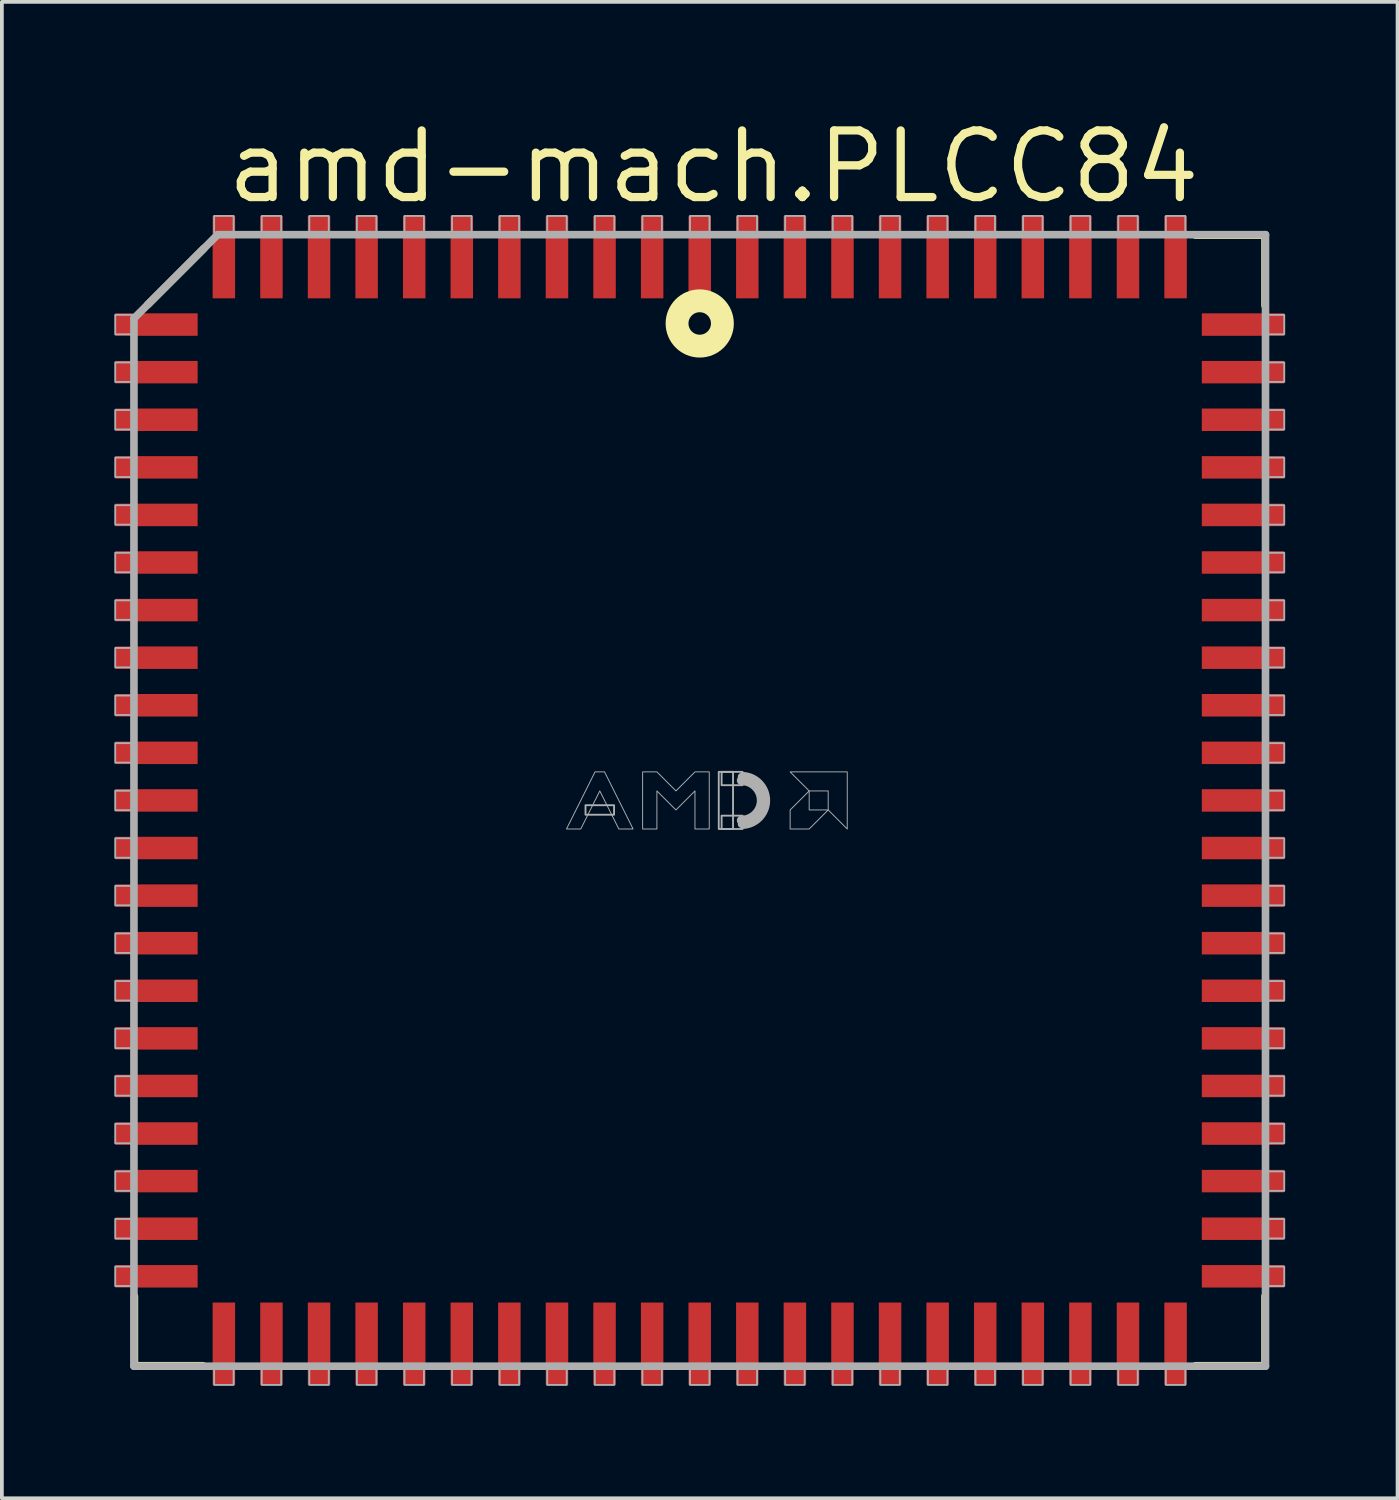
<source format=kicad_pcb>
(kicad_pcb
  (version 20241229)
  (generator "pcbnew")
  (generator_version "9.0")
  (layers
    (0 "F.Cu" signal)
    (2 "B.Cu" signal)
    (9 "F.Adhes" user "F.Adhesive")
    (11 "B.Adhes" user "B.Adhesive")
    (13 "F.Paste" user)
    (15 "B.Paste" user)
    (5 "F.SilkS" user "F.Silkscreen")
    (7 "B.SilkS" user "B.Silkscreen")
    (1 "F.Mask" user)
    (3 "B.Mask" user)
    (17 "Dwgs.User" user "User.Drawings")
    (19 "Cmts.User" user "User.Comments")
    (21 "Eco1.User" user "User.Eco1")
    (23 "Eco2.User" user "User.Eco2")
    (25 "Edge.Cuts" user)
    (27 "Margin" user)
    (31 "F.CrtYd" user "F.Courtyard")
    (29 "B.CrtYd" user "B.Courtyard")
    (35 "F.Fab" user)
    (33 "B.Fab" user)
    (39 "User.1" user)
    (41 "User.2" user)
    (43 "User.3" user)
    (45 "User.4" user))
  (footprint "amd-mach.PLCC84"
    (layer "F.Cu")
    (at 15.625 18.313)
    (property "Reference" "amd-mach.PLCC84" (at -12.73 -15.875 0) (layer "F.SilkS") (effects (font (size 1.778 1.778) (thickness 0.22)) (justify left bottom)))
    (attr smd)
    (fp_line (start -15.088 13.233) (end -15.088 15.088) (stroke (width 0.203) (type default)) (layer "F.SilkS"))
    (fp_line (start -15.088 15.088) (end -13.259 15.088) (stroke (width 0.203) (type default)) (layer "F.SilkS"))
    (fp_line (start -14.732 -13.233) (end -13.233 -14.732) (stroke (width 0.203) (type default)) (layer "F.SilkS"))
    (fp_line (start 15.088 -15.088) (end 13.233 -15.088) (stroke (width 0.203) (type default)) (layer "F.SilkS"))
    (fp_line (start 15.088 -13.208) (end 15.088 -15.088) (stroke (width 0.203) (type default)) (layer "F.SilkS"))
    (fp_line (start 15.088 13.233) (end 15.088 15.088) (stroke (width 0.203) (type default)) (layer "F.SilkS"))
    (fp_line (start 15.088 15.088) (end 13.233 15.088) (stroke (width 0.203) (type default)) (layer "F.SilkS"))
    (fp_circle (center 0 -12.73) (end 0.3 -12.73) (stroke (width 0.61) (type default)) (fill no) (layer "F.SilkS"))
    (fp_line (start -15.1 -12.865) (end -15.1 15.1) (stroke (width 0.203) (type default)) (layer "F.Fab"))
    (fp_line (start -15.1 15.1) (end 15.1 15.1) (stroke (width 0.203) (type default)) (layer "F.Fab"))
    (fp_line (start -12.865 -15.1) (end -15.1 -12.865) (stroke (width 0.203) (type default)) (layer "F.Fab"))
    (fp_line (start 15.1 -15.1) (end -12.865 -15.1) (stroke (width 0.203) (type default)) (layer "F.Fab"))
    (fp_line (start 15.1 15.1) (end 15.1 -15.1) (stroke (width 0.203) (type default)) (layer "F.Fab"))
    (fp_rect (start -15.6 -12.44) (end -15.15 -12.96) (stroke (width 0.05) (type default)) (fill no) (layer "F.Fab"))
    (fp_rect (start -15.6 -11.17) (end -15.15 -11.69) (stroke (width 0.05) (type default)) (fill no) (layer "F.Fab"))
    (fp_rect (start -15.6 -9.9) (end -15.15 -10.42) (stroke (width 0.05) (type default)) (fill no) (layer "F.Fab"))
    (fp_rect (start -15.6 -8.63) (end -15.15 -9.15) (stroke (width 0.05) (type default)) (fill no) (layer "F.Fab"))
    (fp_rect (start -15.6 -7.36) (end -15.15 -7.88) (stroke (width 0.05) (type default)) (fill no) (layer "F.Fab"))
    (fp_rect (start -15.6 -6.09) (end -15.15 -6.61) (stroke (width 0.05) (type default)) (fill no) (layer "F.Fab"))
    (fp_rect (start -15.6 -4.82) (end -15.15 -5.34) (stroke (width 0.05) (type default)) (fill no) (layer "F.Fab"))
    (fp_rect (start -15.6 -3.55) (end -15.15 -4.07) (stroke (width 0.05) (type default)) (fill no) (layer "F.Fab"))
    (fp_rect (start -15.6 -2.28) (end -15.15 -2.8) (stroke (width 0.05) (type default)) (fill no) (layer "F.Fab"))
    (fp_rect (start -15.6 -1.01) (end -15.15 -1.53) (stroke (width 0.05) (type default)) (fill no) (layer "F.Fab"))
    (fp_rect (start -15.6 0.26) (end -15.15 -0.26) (stroke (width 0.05) (type default)) (fill no) (layer "F.Fab"))
    (fp_rect (start -15.6 1.53) (end -15.15 1.01) (stroke (width 0.05) (type default)) (fill no) (layer "F.Fab"))
    (fp_rect (start -15.6 2.8) (end -15.15 2.28) (stroke (width 0.05) (type default)) (fill no) (layer "F.Fab"))
    (fp_rect (start -15.6 4.07) (end -15.15 3.55) (stroke (width 0.05) (type default)) (fill no) (layer "F.Fab"))
    (fp_rect (start -15.6 5.34) (end -15.15 4.82) (stroke (width 0.05) (type default)) (fill no) (layer "F.Fab"))
    (fp_rect (start -15.6 6.61) (end -15.15 6.09) (stroke (width 0.05) (type default)) (fill no) (layer "F.Fab"))
    (fp_rect (start -15.6 7.88) (end -15.15 7.36) (stroke (width 0.05) (type default)) (fill no) (layer "F.Fab"))
    (fp_rect (start -15.6 9.15) (end -15.15 8.63) (stroke (width 0.05) (type default)) (fill no) (layer "F.Fab"))
    (fp_rect (start -15.6 10.42) (end -15.15 9.9) (stroke (width 0.05) (type default)) (fill no) (layer "F.Fab"))
    (fp_rect (start -15.6 11.69) (end -15.15 11.17) (stroke (width 0.05) (type default)) (fill no) (layer "F.Fab"))
    (fp_rect (start -15.6 12.96) (end -15.15 12.44) (stroke (width 0.05) (type default)) (fill no) (layer "F.Fab"))
    (fp_rect (start -12.96 -15.15) (end -12.44 -15.6) (stroke (width 0.05) (type default)) (fill no) (layer "F.Fab"))
    (fp_rect (start -12.96 15.6) (end -12.44 15.15) (stroke (width 0.05) (type default)) (fill no) (layer "F.Fab"))
    (fp_rect (start -11.69 -15.15) (end -11.17 -15.6) (stroke (width 0.05) (type default)) (fill no) (layer "F.Fab"))
    (fp_rect (start -11.69 15.6) (end -11.17 15.15) (stroke (width 0.05) (type default)) (fill no) (layer "F.Fab"))
    (fp_rect (start -10.42 -15.15) (end -9.9 -15.6) (stroke (width 0.05) (type default)) (fill no) (layer "F.Fab"))
    (fp_rect (start -10.42 15.6) (end -9.9 15.15) (stroke (width 0.05) (type default)) (fill no) (layer "F.Fab"))
    (fp_rect (start -9.15 -15.15) (end -8.63 -15.6) (stroke (width 0.05) (type default)) (fill no) (layer "F.Fab"))
    (fp_rect (start -9.15 15.6) (end -8.63 15.15) (stroke (width 0.05) (type default)) (fill no) (layer "F.Fab"))
    (fp_rect (start -7.88 -15.15) (end -7.36 -15.6) (stroke (width 0.05) (type default)) (fill no) (layer "F.Fab"))
    (fp_rect (start -7.88 15.6) (end -7.36 15.15) (stroke (width 0.05) (type default)) (fill no) (layer "F.Fab"))
    (fp_rect (start -6.61 -15.15) (end -6.09 -15.6) (stroke (width 0.05) (type default)) (fill no) (layer "F.Fab"))
    (fp_rect (start -6.61 15.6) (end -6.09 15.15) (stroke (width 0.05) (type default)) (fill no) (layer "F.Fab"))
    (fp_rect (start -5.34 -15.15) (end -4.82 -15.6) (stroke (width 0.05) (type default)) (fill no) (layer "F.Fab"))
    (fp_rect (start -5.34 15.6) (end -4.82 15.15) (stroke (width 0.05) (type default)) (fill no) (layer "F.Fab"))
    (fp_rect (start -4.07 -15.15) (end -3.55 -15.6) (stroke (width 0.05) (type default)) (fill no) (layer "F.Fab"))
    (fp_rect (start -4.07 15.6) (end -3.55 15.15) (stroke (width 0.05) (type default)) (fill no) (layer "F.Fab"))
    (fp_rect (start -3.048 0.381) (end -2.286 0.127) (stroke (width 0.05) (type default)) (fill no) (layer "F.Fab"))
    (fp_rect (start -2.8 -15.15) (end -2.28 -15.6) (stroke (width 0.05) (type default)) (fill no) (layer "F.Fab"))
    (fp_rect (start -2.8 15.6) (end -2.28 15.15) (stroke (width 0.05) (type default)) (fill no) (layer "F.Fab"))
    (fp_rect (start -1.53 -15.15) (end -1.01 -15.6) (stroke (width 0.05) (type default)) (fill no) (layer "F.Fab"))
    (fp_rect (start -1.53 15.6) (end -1.01 15.15) (stroke (width 0.05) (type default)) (fill no) (layer "F.Fab"))
    (fp_rect (start -0.26 -15.15) (end 0.26 -15.6) (stroke (width 0.05) (type default)) (fill no) (layer "F.Fab"))
    (fp_rect (start -0.26 15.6) (end 0.26 15.15) (stroke (width 0.05) (type default)) (fill no) (layer "F.Fab"))
    (fp_rect (start 0.508 0.762) (end 0.889 -0.762) (stroke (width 0.05) (type default)) (fill no) (layer "F.Fab"))
    (fp_rect (start 0.584 -0.406) (end 1.143 -0.762) (stroke (width 0.05) (type default)) (fill no) (layer "F.Fab"))
    (fp_rect (start 0.584 0.762) (end 1.143 0.406) (stroke (width 0.05) (type default)) (fill no) (layer "F.Fab"))
    (fp_rect (start 1.01 -15.15) (end 1.53 -15.6) (stroke (width 0.05) (type default)) (fill no) (layer "F.Fab"))
    (fp_rect (start 1.01 15.6) (end 1.53 15.15) (stroke (width 0.05) (type default)) (fill no) (layer "F.Fab"))
    (fp_rect (start 2.28 -15.15) (end 2.8 -15.6) (stroke (width 0.05) (type default)) (fill no) (layer "F.Fab"))
    (fp_rect (start 2.28 15.6) (end 2.8 15.15) (stroke (width 0.05) (type default)) (fill no) (layer "F.Fab"))
    (fp_rect (start 3.55 -15.15) (end 4.07 -15.6) (stroke (width 0.05) (type default)) (fill no) (layer "F.Fab"))
    (fp_rect (start 3.55 15.6) (end 4.07 15.15) (stroke (width 0.05) (type default)) (fill no) (layer "F.Fab"))
    (fp_rect (start 4.82 -15.15) (end 5.34 -15.6) (stroke (width 0.05) (type default)) (fill no) (layer "F.Fab"))
    (fp_rect (start 4.82 15.6) (end 5.34 15.15) (stroke (width 0.05) (type default)) (fill no) (layer "F.Fab"))
    (fp_rect (start 6.09 -15.15) (end 6.61 -15.6) (stroke (width 0.05) (type default)) (fill no) (layer "F.Fab"))
    (fp_rect (start 6.09 15.6) (end 6.61 15.15) (stroke (width 0.05) (type default)) (fill no) (layer "F.Fab"))
    (fp_rect (start 7.36 -15.15) (end 7.88 -15.6) (stroke (width 0.05) (type default)) (fill no) (layer "F.Fab"))
    (fp_rect (start 7.36 15.6) (end 7.88 15.15) (stroke (width 0.05) (type default)) (fill no) (layer "F.Fab"))
    (fp_rect (start 8.63 -15.15) (end 9.15 -15.6) (stroke (width 0.05) (type default)) (fill no) (layer "F.Fab"))
    (fp_rect (start 8.63 15.6) (end 9.15 15.15) (stroke (width 0.05) (type default)) (fill no) (layer "F.Fab"))
    (fp_rect (start 9.9 -15.15) (end 10.42 -15.6) (stroke (width 0.05) (type default)) (fill no) (layer "F.Fab"))
    (fp_rect (start 9.9 15.6) (end 10.42 15.15) (stroke (width 0.05) (type default)) (fill no) (layer "F.Fab"))
    (fp_rect (start 11.17 -15.15) (end 11.69 -15.6) (stroke (width 0.05) (type default)) (fill no) (layer "F.Fab"))
    (fp_rect (start 11.17 15.6) (end 11.69 15.15) (stroke (width 0.05) (type default)) (fill no) (layer "F.Fab"))
    (fp_rect (start 12.44 -15.15) (end 12.96 -15.6) (stroke (width 0.05) (type default)) (fill no) (layer "F.Fab"))
    (fp_rect (start 12.44 15.6) (end 12.96 15.15) (stroke (width 0.05) (type default)) (fill no) (layer "F.Fab"))
    (fp_rect (start 15.15 -12.44) (end 15.6 -12.96) (stroke (width 0.05) (type default)) (fill no) (layer "F.Fab"))
    (fp_rect (start 15.15 -11.17) (end 15.6 -11.69) (stroke (width 0.05) (type default)) (fill no) (layer "F.Fab"))
    (fp_rect (start 15.15 -9.9) (end 15.6 -10.42) (stroke (width 0.05) (type default)) (fill no) (layer "F.Fab"))
    (fp_rect (start 15.15 -8.63) (end 15.6 -9.15) (stroke (width 0.05) (type default)) (fill no) (layer "F.Fab"))
    (fp_rect (start 15.15 -7.36) (end 15.6 -7.88) (stroke (width 0.05) (type default)) (fill no) (layer "F.Fab"))
    (fp_rect (start 15.15 -6.09) (end 15.6 -6.61) (stroke (width 0.05) (type default)) (fill no) (layer "F.Fab"))
    (fp_rect (start 15.15 -4.82) (end 15.6 -5.34) (stroke (width 0.05) (type default)) (fill no) (layer "F.Fab"))
    (fp_rect (start 15.15 -3.55) (end 15.6 -4.07) (stroke (width 0.05) (type default)) (fill no) (layer "F.Fab"))
    (fp_rect (start 15.15 -2.28) (end 15.6 -2.8) (stroke (width 0.05) (type default)) (fill no) (layer "F.Fab"))
    (fp_rect (start 15.15 -1.01) (end 15.6 -1.53) (stroke (width 0.05) (type default)) (fill no) (layer "F.Fab"))
    (fp_rect (start 15.15 0.26) (end 15.6 -0.26) (stroke (width 0.05) (type default)) (fill no) (layer "F.Fab"))
    (fp_rect (start 15.15 1.53) (end 15.6 1.01) (stroke (width 0.05) (type default)) (fill no) (layer "F.Fab"))
    (fp_rect (start 15.15 2.8) (end 15.6 2.28) (stroke (width 0.05) (type default)) (fill no) (layer "F.Fab"))
    (fp_rect (start 15.15 4.07) (end 15.6 3.55) (stroke (width 0.05) (type default)) (fill no) (layer "F.Fab"))
    (fp_rect (start 15.15 5.34) (end 15.6 4.82) (stroke (width 0.05) (type default)) (fill no) (layer "F.Fab"))
    (fp_rect (start 15.15 6.61) (end 15.6 6.09) (stroke (width 0.05) (type default)) (fill no) (layer "F.Fab"))
    (fp_rect (start 15.15 7.88) (end 15.6 7.36) (stroke (width 0.05) (type default)) (fill no) (layer "F.Fab"))
    (fp_rect (start 15.15 9.15) (end 15.6 8.63) (stroke (width 0.05) (type default)) (fill no) (layer "F.Fab"))
    (fp_rect (start 15.15 10.42) (end 15.6 9.9) (stroke (width 0.05) (type default)) (fill no) (layer "F.Fab"))
    (fp_rect (start 15.15 11.69) (end 15.6 11.17) (stroke (width 0.05) (type default)) (fill no) (layer "F.Fab"))
    (fp_rect (start 15.15 12.96) (end 15.6 12.44) (stroke (width 0.05) (type default)) (fill no) (layer "F.Fab"))
    (fp_arc (start 1.1176 -0.7366) (mid 1.8542 0) (end 1.1176 0.7366) (stroke (width 0.0508) (type default)) (layer "F.Fab"))
    (fp_arc (start 1.1176 -0.635) (mid 1.7526 0) (end 1.1176 0.635) (stroke (width 0.2032) (type default)) (layer "F.Fab"))
    (fp_arc (start 1.1176 -0.5334) (mid 1.651 0) (end 1.1176 0.5334) (stroke (width 0.254) (type default)) (layer "F.Fab"))
    (fp_poly (pts (xy 2.413 -0.762) (xy 3.937 -0.762) (xy 3.937 0.762) (xy 3.429 0.254) (xy 3.429 -0.254) (xy 2.921 -0.254)) (stroke (width 0.025) (type default)) (fill no) (layer "F.Fab"))
    (fp_poly (pts (xy 2.921 -0.254) (xy 2.413 0.254) (xy 2.413 0.762) (xy 2.921 0.762) (xy 3.429 0.254) (xy 2.921 0.254)) (stroke (width 0.025) (type default)) (fill no) (layer "F.Fab"))
    (fp_poly (pts (xy -3.556 0.762) (xy -2.794 -0.762) (xy -2.54 -0.762) (xy -1.778 0.762) (xy -2.159 0.762) (xy -2.667 -0.254) (xy -3.175 0.762)) (stroke (width 0.025) (type default)) (fill no) (layer "F.Fab"))
    (fp_poly (pts (xy -1.524 0.762) (xy -1.524 -0.762) (xy -1.143 -0.762) (xy -0.635 -0.254) (xy -0.127 -0.762) (xy 0.254 -0.762) (xy 0.254 0.762) (xy -0.127 0.762) (xy -0.127 -0.254) (xy -0.635 0.254) (xy -1.143 -0.254) (xy -1.143 0.762)) (stroke (width 0.025) (type default)) (fill no) (layer "F.Fab"))
    (pad "1" smd roundrect (at 0 -14.5) (size 0.6 2.2) (layers "F.Cu" "F.Mask" "F.Paste") (roundrect_rratio 0.01))
    (pad "2" smd roundrect (at -1.27 -14.5) (size 0.6 2.2) (layers "F.Cu" "F.Mask" "F.Paste") (roundrect_rratio 0.01))
    (pad "3" smd roundrect (at -2.54 -14.5) (size 0.6 2.2) (layers "F.Cu" "F.Mask" "F.Paste") (roundrect_rratio 0.01))
    (pad "4" smd roundrect (at -3.81 -14.5) (size 0.6 2.2) (layers "F.Cu" "F.Mask" "F.Paste") (roundrect_rratio 0.01))
    (pad "5" smd roundrect (at -5.08 -14.5) (size 0.6 2.2) (layers "F.Cu" "F.Mask" "F.Paste") (roundrect_rratio 0.01))
    (pad "6" smd roundrect (at -6.35 -14.5) (size 0.6 2.2) (layers "F.Cu" "F.Mask" "F.Paste") (roundrect_rratio 0.01))
    (pad "7" smd roundrect (at -7.62 -14.5) (size 0.6 2.2) (layers "F.Cu" "F.Mask" "F.Paste") (roundrect_rratio 0.01))
    (pad "8" smd roundrect (at -8.89 -14.5) (size 0.6 2.2) (layers "F.Cu" "F.Mask" "F.Paste") (roundrect_rratio 0.01))
    (pad "9" smd roundrect (at -10.16 -14.5) (size 0.6 2.2) (layers "F.Cu" "F.Mask" "F.Paste") (roundrect_rratio 0.01))
    (pad "10" smd roundrect (at -11.43 -14.5) (size 0.6 2.2) (layers "F.Cu" "F.Mask" "F.Paste") (roundrect_rratio 0.01))
    (pad "11" smd roundrect (at -12.7 -14.5) (size 0.6 2.2) (layers "F.Cu" "F.Mask" "F.Paste") (roundrect_rratio 0.01))
    (pad "12" smd roundrect (at -14.5 -12.7) (size 2.2 0.6) (layers "F.Cu" "F.Mask" "F.Paste") (roundrect_rratio 0.01))
    (pad "13" smd roundrect (at -14.5 -11.43) (size 2.2 0.6) (layers "F.Cu" "F.Mask" "F.Paste") (roundrect_rratio 0.01))
    (pad "14" smd roundrect (at -14.5 -10.16) (size 2.2 0.6) (layers "F.Cu" "F.Mask" "F.Paste") (roundrect_rratio 0.01))
    (pad "15" smd roundrect (at -14.5 -8.89) (size 2.2 0.6) (layers "F.Cu" "F.Mask" "F.Paste") (roundrect_rratio 0.01))
    (pad "16" smd roundrect (at -14.5 -7.62) (size 2.2 0.6) (layers "F.Cu" "F.Mask" "F.Paste") (roundrect_rratio 0.01))
    (pad "17" smd roundrect (at -14.5 -6.35) (size 2.2 0.6) (layers "F.Cu" "F.Mask" "F.Paste") (roundrect_rratio 0.01))
    (pad "18" smd roundrect (at -14.5 -5.08) (size 2.2 0.6) (layers "F.Cu" "F.Mask" "F.Paste") (roundrect_rratio 0.01))
    (pad "19" smd roundrect (at -14.5 -3.81) (size 2.2 0.6) (layers "F.Cu" "F.Mask" "F.Paste") (roundrect_rratio 0.01))
    (pad "20" smd roundrect (at -14.5 -2.54) (size 2.2 0.6) (layers "F.Cu" "F.Mask" "F.Paste") (roundrect_rratio 0.01))
    (pad "21" smd roundrect (at -14.5 -1.27) (size 2.2 0.6) (layers "F.Cu" "F.Mask" "F.Paste") (roundrect_rratio 0.01))
    (pad "22" smd roundrect (at -14.5 0) (size 2.2 0.6) (layers "F.Cu" "F.Mask" "F.Paste") (roundrect_rratio 0.01))
    (pad "23" smd roundrect (at -14.5 1.27) (size 2.2 0.6) (layers "F.Cu" "F.Mask" "F.Paste") (roundrect_rratio 0.01))
    (pad "24" smd roundrect (at -14.5 2.54) (size 2.2 0.6) (layers "F.Cu" "F.Mask" "F.Paste") (roundrect_rratio 0.01))
    (pad "25" smd roundrect (at -14.5 3.81) (size 2.2 0.6) (layers "F.Cu" "F.Mask" "F.Paste") (roundrect_rratio 0.01))
    (pad "26" smd roundrect (at -14.5 5.08) (size 2.2 0.6) (layers "F.Cu" "F.Mask" "F.Paste") (roundrect_rratio 0.01))
    (pad "27" smd roundrect (at -14.5 6.35) (size 2.2 0.6) (layers "F.Cu" "F.Mask" "F.Paste") (roundrect_rratio 0.01))
    (pad "28" smd roundrect (at -14.5 7.62) (size 2.2 0.6) (layers "F.Cu" "F.Mask" "F.Paste") (roundrect_rratio 0.01))
    (pad "29" smd roundrect (at -14.5 8.89) (size 2.2 0.6) (layers "F.Cu" "F.Mask" "F.Paste") (roundrect_rratio 0.01))
    (pad "30" smd roundrect (at -14.5 10.16) (size 2.2 0.6) (layers "F.Cu" "F.Mask" "F.Paste") (roundrect_rratio 0.01))
    (pad "31" smd roundrect (at -14.5 11.43) (size 2.2 0.6) (layers "F.Cu" "F.Mask" "F.Paste") (roundrect_rratio 0.01))
    (pad "32" smd roundrect (at -14.5 12.7) (size 2.2 0.6) (layers "F.Cu" "F.Mask" "F.Paste") (roundrect_rratio 0.01))
    (pad "33" smd roundrect (at -12.7 14.5) (size 0.6 2.2) (layers "F.Cu" "F.Mask" "F.Paste") (roundrect_rratio 0.01))
    (pad "34" smd roundrect (at -11.43 14.5) (size 0.6 2.2) (layers "F.Cu" "F.Mask" "F.Paste") (roundrect_rratio 0.01))
    (pad "35" smd roundrect (at -10.16 14.5) (size 0.6 2.2) (layers "F.Cu" "F.Mask" "F.Paste") (roundrect_rratio 0.01))
    (pad "36" smd roundrect (at -8.89 14.5) (size 0.6 2.2) (layers "F.Cu" "F.Mask" "F.Paste") (roundrect_rratio 0.01))
    (pad "37" smd roundrect (at -7.62 14.5) (size 0.6 2.2) (layers "F.Cu" "F.Mask" "F.Paste") (roundrect_rratio 0.01))
    (pad "38" smd roundrect (at -6.35 14.5) (size 0.6 2.2) (layers "F.Cu" "F.Mask" "F.Paste") (roundrect_rratio 0.01))
    (pad "39" smd roundrect (at -5.08 14.5) (size 0.6 2.2) (layers "F.Cu" "F.Mask" "F.Paste") (roundrect_rratio 0.01))
    (pad "40" smd roundrect (at -3.81 14.5) (size 0.6 2.2) (layers "F.Cu" "F.Mask" "F.Paste") (roundrect_rratio 0.01))
    (pad "41" smd roundrect (at -2.54 14.5) (size 0.6 2.2) (layers "F.Cu" "F.Mask" "F.Paste") (roundrect_rratio 0.01))
    (pad "42" smd roundrect (at -1.27 14.5) (size 0.6 2.2) (layers "F.Cu" "F.Mask" "F.Paste") (roundrect_rratio 0.01))
    (pad "43" smd roundrect (at 0 14.5) (size 0.6 2.2) (layers "F.Cu" "F.Mask" "F.Paste") (roundrect_rratio 0.01))
    (pad "44" smd roundrect (at 1.27 14.5) (size 0.6 2.2) (layers "F.Cu" "F.Mask" "F.Paste") (roundrect_rratio 0.01))
    (pad "45" smd roundrect (at 2.54 14.5) (size 0.6 2.2) (layers "F.Cu" "F.Mask" "F.Paste") (roundrect_rratio 0.01))
    (pad "46" smd roundrect (at 3.81 14.5) (size 0.6 2.2) (layers "F.Cu" "F.Mask" "F.Paste") (roundrect_rratio 0.01))
    (pad "47" smd roundrect (at 5.08 14.5) (size 0.6 2.2) (layers "F.Cu" "F.Mask" "F.Paste") (roundrect_rratio 0.01))
    (pad "48" smd roundrect (at 6.35 14.5) (size 0.6 2.2) (layers "F.Cu" "F.Mask" "F.Paste") (roundrect_rratio 0.01))
    (pad "49" smd roundrect (at 7.62 14.5) (size 0.6 2.2) (layers "F.Cu" "F.Mask" "F.Paste") (roundrect_rratio 0.01))
    (pad "50" smd roundrect (at 8.89 14.5) (size 0.6 2.2) (layers "F.Cu" "F.Mask" "F.Paste") (roundrect_rratio 0.01))
    (pad "51" smd roundrect (at 10.16 14.5) (size 0.6 2.2) (layers "F.Cu" "F.Mask" "F.Paste") (roundrect_rratio 0.01))
    (pad "52" smd roundrect (at 11.43 14.5) (size 0.6 2.2) (layers "F.Cu" "F.Mask" "F.Paste") (roundrect_rratio 0.01))
    (pad "53" smd roundrect (at 12.7 14.5) (size 0.6 2.2) (layers "F.Cu" "F.Mask" "F.Paste") (roundrect_rratio 0.01))
    (pad "54" smd roundrect (at 14.5 12.7) (size 2.2 0.6) (layers "F.Cu" "F.Mask" "F.Paste") (roundrect_rratio 0.01))
    (pad "55" smd roundrect (at 14.5 11.43) (size 2.2 0.6) (layers "F.Cu" "F.Mask" "F.Paste") (roundrect_rratio 0.01))
    (pad "56" smd roundrect (at 14.5 10.16) (size 2.2 0.6) (layers "F.Cu" "F.Mask" "F.Paste") (roundrect_rratio 0.01))
    (pad "57" smd roundrect (at 14.5 8.89) (size 2.2 0.6) (layers "F.Cu" "F.Mask" "F.Paste") (roundrect_rratio 0.01))
    (pad "58" smd roundrect (at 14.5 7.62) (size 2.2 0.6) (layers "F.Cu" "F.Mask" "F.Paste") (roundrect_rratio 0.01))
    (pad "59" smd roundrect (at 14.5 6.35) (size 2.2 0.6) (layers "F.Cu" "F.Mask" "F.Paste") (roundrect_rratio 0.01))
    (pad "60" smd roundrect (at 14.5 5.08) (size 2.2 0.6) (layers "F.Cu" "F.Mask" "F.Paste") (roundrect_rratio 0.01))
    (pad "61" smd roundrect (at 14.5 3.81) (size 2.2 0.6) (layers "F.Cu" "F.Mask" "F.Paste") (roundrect_rratio 0.01))
    (pad "62" smd roundrect (at 14.5 2.54) (size 2.2 0.6) (layers "F.Cu" "F.Mask" "F.Paste") (roundrect_rratio 0.01))
    (pad "63" smd roundrect (at 14.5 1.27) (size 2.2 0.6) (layers "F.Cu" "F.Mask" "F.Paste") (roundrect_rratio 0.01))
    (pad "64" smd roundrect (at 14.5 0) (size 2.2 0.6) (layers "F.Cu" "F.Mask" "F.Paste") (roundrect_rratio 0.01))
    (pad "65" smd roundrect (at 14.5 -1.27) (size 2.2 0.6) (layers "F.Cu" "F.Mask" "F.Paste") (roundrect_rratio 0.01))
    (pad "66" smd roundrect (at 14.5 -2.54) (size 2.2 0.6) (layers "F.Cu" "F.Mask" "F.Paste") (roundrect_rratio 0.01))
    (pad "67" smd roundrect (at 14.5 -3.81) (size 2.2 0.6) (layers "F.Cu" "F.Mask" "F.Paste") (roundrect_rratio 0.01))
    (pad "68" smd roundrect (at 14.5 -5.08) (size 2.2 0.6) (layers "F.Cu" "F.Mask" "F.Paste") (roundrect_rratio 0.01))
    (pad "69" smd roundrect (at 14.5 -6.35) (size 2.2 0.6) (layers "F.Cu" "F.Mask" "F.Paste") (roundrect_rratio 0.01))
    (pad "70" smd roundrect (at 14.5 -7.62) (size 2.2 0.6) (layers "F.Cu" "F.Mask" "F.Paste") (roundrect_rratio 0.01))
    (pad "71" smd roundrect (at 14.5 -8.89) (size 2.2 0.6) (layers "F.Cu" "F.Mask" "F.Paste") (roundrect_rratio 0.01))
    (pad "72" smd roundrect (at 14.5 -10.16) (size 2.2 0.6) (layers "F.Cu" "F.Mask" "F.Paste") (roundrect_rratio 0.01))
    (pad "73" smd roundrect (at 14.5 -11.43) (size 2.2 0.6) (layers "F.Cu" "F.Mask" "F.Paste") (roundrect_rratio 0.01))
    (pad "74" smd roundrect (at 14.5 -12.7) (size 2.2 0.6) (layers "F.Cu" "F.Mask" "F.Paste") (roundrect_rratio 0.01))
    (pad "75" smd roundrect (at 12.7 -14.5) (size 0.6 2.2) (layers "F.Cu" "F.Mask" "F.Paste") (roundrect_rratio 0.01))
    (pad "76" smd roundrect (at 11.43 -14.5) (size 0.6 2.2) (layers "F.Cu" "F.Mask" "F.Paste") (roundrect_rratio 0.01))
    (pad "77" smd roundrect (at 10.16 -14.5) (size 0.6 2.2) (layers "F.Cu" "F.Mask" "F.Paste") (roundrect_rratio 0.01))
    (pad "78" smd roundrect (at 8.89 -14.5) (size 0.6 2.2) (layers "F.Cu" "F.Mask" "F.Paste") (roundrect_rratio 0.01))
    (pad "79" smd roundrect (at 7.62 -14.5) (size 0.6 2.2) (layers "F.Cu" "F.Mask" "F.Paste") (roundrect_rratio 0.01))
    (pad "80" smd roundrect (at 6.35 -14.5) (size 0.6 2.2) (layers "F.Cu" "F.Mask" "F.Paste") (roundrect_rratio 0.01))
    (pad "81" smd roundrect (at 5.08 -14.5) (size 0.6 2.2) (layers "F.Cu" "F.Mask" "F.Paste") (roundrect_rratio 0.01))
    (pad "82" smd roundrect (at 3.81 -14.5) (size 0.6 2.2) (layers "F.Cu" "F.Mask" "F.Paste") (roundrect_rratio 0.01))
    (pad "83" smd roundrect (at 2.54 -14.5) (size 0.6 2.2) (layers "F.Cu" "F.Mask" "F.Paste") (roundrect_rratio 0.01))
    (pad "84" smd roundrect (at 1.27 -14.5) (size 0.6 2.2) (layers "F.Cu" "F.Mask" "F.Paste") (roundrect_rratio 0.01)))
  (gr_rect
    (start -3 -3)
    (end 34.25 36.938)
    (stroke (width 0.1) (type default))
    (fill no)
    (layer "Edge.Cuts")))
</source>
